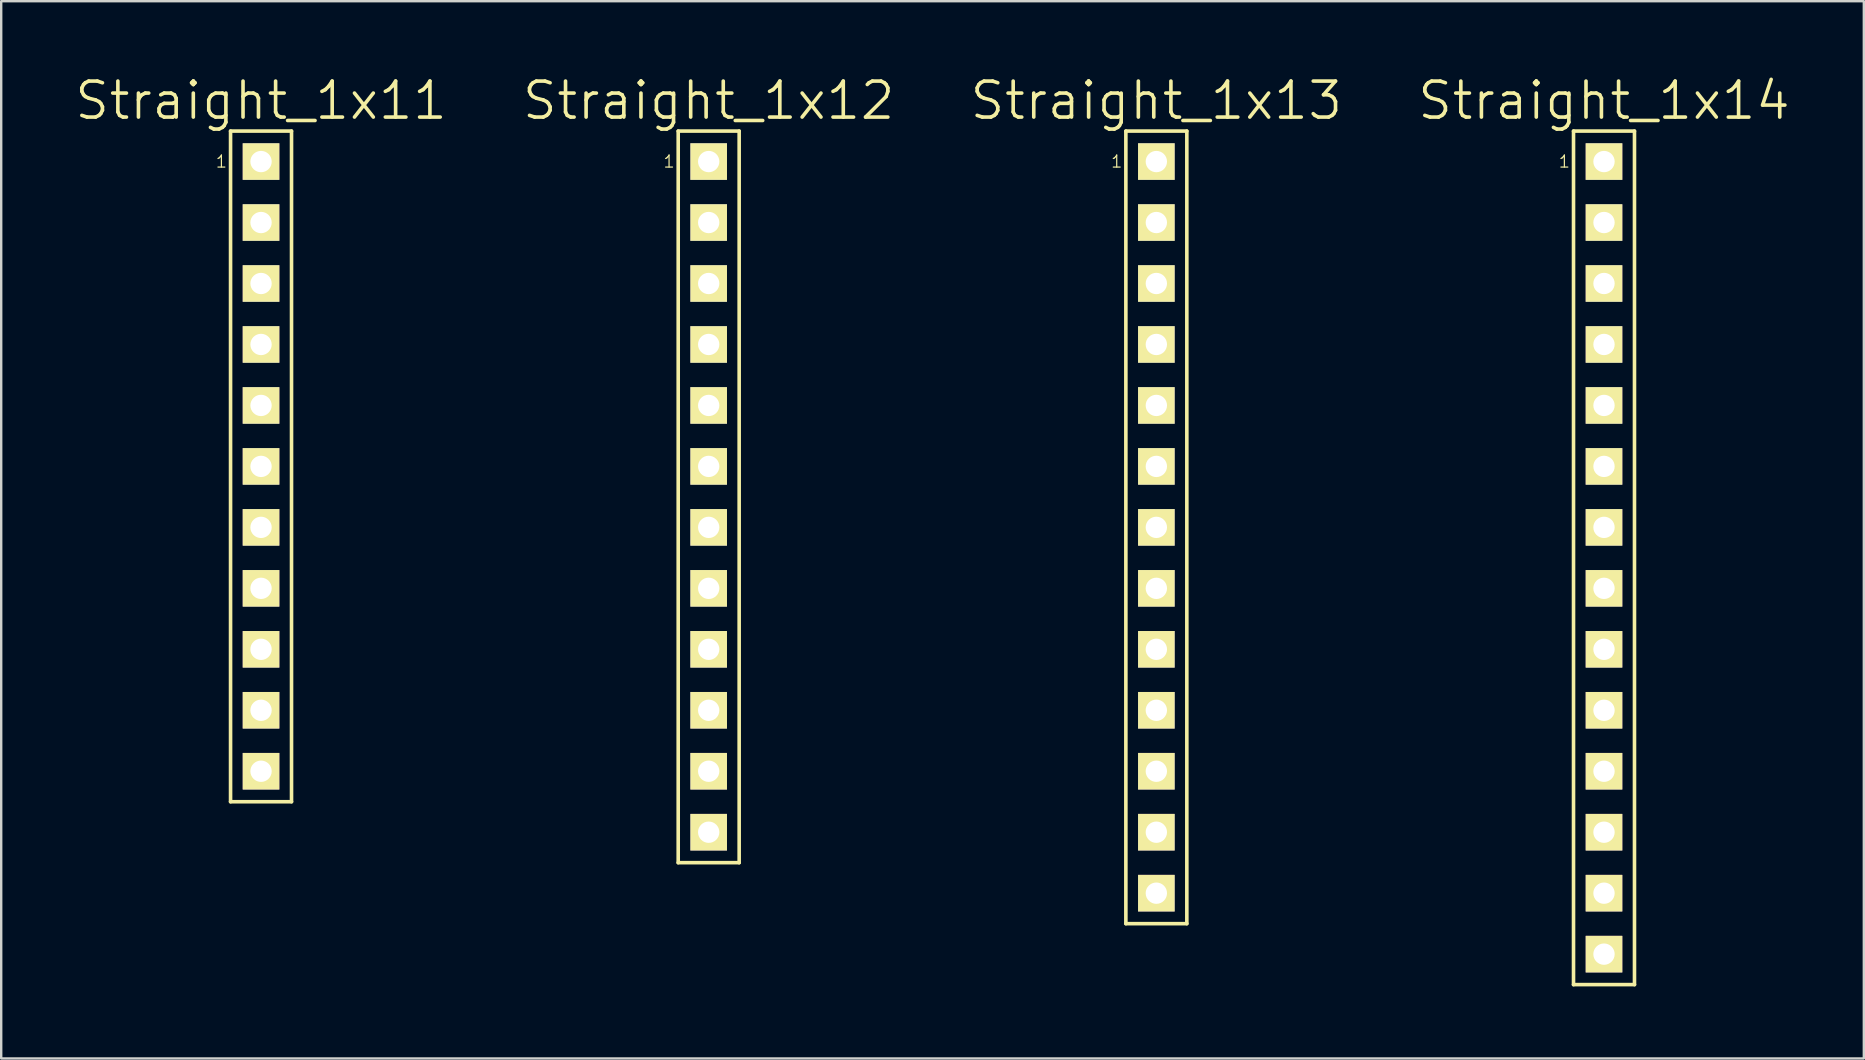
<source format=kicad_pcb>
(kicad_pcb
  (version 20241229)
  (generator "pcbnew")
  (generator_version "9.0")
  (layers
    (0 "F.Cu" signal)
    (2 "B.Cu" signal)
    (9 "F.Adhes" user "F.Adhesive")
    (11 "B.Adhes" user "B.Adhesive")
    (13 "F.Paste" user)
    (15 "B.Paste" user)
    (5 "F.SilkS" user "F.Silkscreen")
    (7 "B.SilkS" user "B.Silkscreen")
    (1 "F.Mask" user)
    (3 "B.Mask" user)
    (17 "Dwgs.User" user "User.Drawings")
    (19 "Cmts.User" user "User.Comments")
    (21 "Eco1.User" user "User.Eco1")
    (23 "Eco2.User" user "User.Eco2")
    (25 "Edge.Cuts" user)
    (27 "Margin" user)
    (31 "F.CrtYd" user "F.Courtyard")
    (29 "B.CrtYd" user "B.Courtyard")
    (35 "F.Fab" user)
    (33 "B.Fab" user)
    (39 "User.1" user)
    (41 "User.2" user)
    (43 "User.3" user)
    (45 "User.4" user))
  (footprint "Straight_1x11"
    (layer "F.Cu")
    (at 7.825 16.381)
    (property "Reference" "Straight_1x11" (at 0 -15.24 0) (layer "F.SilkS") (effects (font (size 1.5 1.5) (thickness 0.15))))
    (attr through_hole)
    (fp_line (start -1.27 -13.97) (end 1.27 -13.97) (stroke (width 0.15) (type solid)) (layer "F.SilkS"))
    (fp_line (start -1.27 13.97) (end -1.27 -13.97) (stroke (width 0.15) (type solid)) (layer "F.SilkS"))
    (fp_line (start 1.27 -13.97) (end 1.27 13.97) (stroke (width 0.15) (type solid)) (layer "F.SilkS"))
    (fp_line (start 1.27 13.97) (end -1.27 13.97) (stroke (width 0.15) (type solid)) (layer "F.SilkS"))
    (fp_text user "1" (at -1.651 -12.7 0) (layer "F.SilkS") (effects (font (size 0.5 0.5) (thickness 0.05))))
    (pad "1" thru_hole rect (at 0 -12.7) (size 1.524 1.524) (drill 0.889) (layers "*.Cu" "*.Mask" "F.SilkS"))
    (pad "2" thru_hole rect (at 0 -10.16) (size 1.524 1.524) (drill 0.889) (layers "*.Cu" "*.Mask" "F.SilkS"))
    (pad "3" thru_hole rect (at 0 -7.62) (size 1.524 1.524) (drill 0.889) (layers "*.Cu" "*.Mask" "F.SilkS"))
    (pad "4" thru_hole rect (at 0 -5.08) (size 1.524 1.524) (drill 0.889) (layers "*.Cu" "*.Mask" "F.SilkS"))
    (pad "5" thru_hole rect (at 0 -2.54) (size 1.524 1.524) (drill 0.889) (layers "*.Cu" "*.Mask" "F.SilkS"))
    (pad "6" thru_hole rect (at 0 0) (size 1.524 1.524) (drill 0.889) (layers "*.Cu" "*.Mask" "F.SilkS"))
    (pad "7" thru_hole rect (at 0 2.54) (size 1.524 1.524) (drill 0.889) (layers "*.Cu" "*.Mask" "F.SilkS"))
    (pad "8" thru_hole rect (at 0 5.08) (size 1.524 1.524) (drill 0.889) (layers "*.Cu" "*.Mask" "F.SilkS"))
    (pad "9" thru_hole rect (at 0 7.62) (size 1.524 1.524) (drill 0.889) (layers "*.Cu" "*.Mask" "F.SilkS"))
    (pad "10" thru_hole rect (at 0 10.16) (size 1.524 1.524) (drill 0.889) (layers "*.Cu" "*.Mask" "F.SilkS"))
    (pad "11" thru_hole rect (at 0 12.7) (size 1.524 1.524) (drill 0.889) (layers "*.Cu" "*.Mask" "F.SilkS")))
  (footprint "Straight_1x14"
    (layer "F.Cu")
    (at 63.775 20.191)
    (property "Reference" "Straight_1x14" (at 0 -19.05 0) (layer "F.SilkS") (effects (font (size 1.5 1.5) (thickness 0.15))))
    (attr through_hole)
    (fp_line (start -1.27 -17.78) (end 1.27 -17.78) (stroke (width 0.15) (type solid)) (layer "F.SilkS"))
    (fp_line (start -1.27 17.78) (end -1.27 -17.78) (stroke (width 0.15) (type solid)) (layer "F.SilkS"))
    (fp_line (start 1.27 -17.78) (end 1.27 17.78) (stroke (width 0.15) (type solid)) (layer "F.SilkS"))
    (fp_line (start 1.27 17.78) (end -1.27 17.78) (stroke (width 0.15) (type solid)) (layer "F.SilkS"))
    (fp_text user "1" (at -1.651 -16.51 0) (layer "F.SilkS") (effects (font (size 0.5 0.5) (thickness 0.05))))
    (pad "1" thru_hole rect (at 0 -16.51) (size 1.524 1.524) (drill 0.889) (layers "*.Cu" "*.Mask" "F.SilkS"))
    (pad "2" thru_hole rect (at 0 -13.97) (size 1.524 1.524) (drill 0.889) (layers "*.Cu" "*.Mask" "F.SilkS"))
    (pad "3" thru_hole rect (at 0 -11.43) (size 1.524 1.524) (drill 0.889) (layers "*.Cu" "*.Mask" "F.SilkS"))
    (pad "4" thru_hole rect (at 0 -8.89) (size 1.524 1.524) (drill 0.889) (layers "*.Cu" "*.Mask" "F.SilkS"))
    (pad "5" thru_hole rect (at 0 -6.35) (size 1.524 1.524) (drill 0.889) (layers "*.Cu" "*.Mask" "F.SilkS"))
    (pad "6" thru_hole rect (at 0 -3.81) (size 1.524 1.524) (drill 0.889) (layers "*.Cu" "*.Mask" "F.SilkS"))
    (pad "7" thru_hole rect (at 0 -1.27) (size 1.524 1.524) (drill 0.889) (layers "*.Cu" "*.Mask" "F.SilkS"))
    (pad "8" thru_hole rect (at 0 1.27) (size 1.524 1.524) (drill 0.889) (layers "*.Cu" "*.Mask" "F.SilkS"))
    (pad "9" thru_hole rect (at 0 3.81) (size 1.524 1.524) (drill 0.889) (layers "*.Cu" "*.Mask" "F.SilkS"))
    (pad "10" thru_hole rect (at 0 6.35) (size 1.524 1.524) (drill 0.889) (layers "*.Cu" "*.Mask" "F.SilkS"))
    (pad "11" thru_hole rect (at 0 8.89) (size 1.524 1.524) (drill 0.889) (layers "*.Cu" "*.Mask" "F.SilkS"))
    (pad "12" thru_hole rect (at 0 11.43) (size 1.524 1.524) (drill 0.889) (layers "*.Cu" "*.Mask" "F.SilkS"))
    (pad "13" thru_hole rect (at 0 13.97) (size 1.524 1.524) (drill 0.889) (layers "*.Cu" "*.Mask" "F.SilkS"))
    (pad "14" thru_hole rect (at 0 16.51) (size 1.524 1.524) (drill 0.889) (layers "*.Cu" "*.Mask" "F.SilkS")))
  (footprint "Straight_1x12"
    (layer "F.Cu")
    (at 26.475 17.651)
    (property "Reference" "Straight_1x12" (at 0 -16.51 0) (layer "F.SilkS") (effects (font (size 1.5 1.5) (thickness 0.15))))
    (attr through_hole)
    (fp_line (start -1.27 -15.24) (end 1.27 -15.24) (stroke (width 0.15) (type solid)) (layer "F.SilkS"))
    (fp_line (start -1.27 15.24) (end -1.27 -15.24) (stroke (width 0.15) (type solid)) (layer "F.SilkS"))
    (fp_line (start 1.27 -15.24) (end 1.27 15.24) (stroke (width 0.15) (type solid)) (layer "F.SilkS"))
    (fp_line (start 1.27 15.24) (end -1.27 15.24) (stroke (width 0.15) (type solid)) (layer "F.SilkS"))
    (fp_text user "1" (at -1.651 -13.97 0) (layer "F.SilkS") (effects (font (size 0.5 0.5) (thickness 0.05))))
    (pad "1" thru_hole rect (at 0 -13.97) (size 1.524 1.524) (drill 0.889) (layers "*.Cu" "*.Mask" "F.SilkS"))
    (pad "2" thru_hole rect (at 0 -11.43) (size 1.524 1.524) (drill 0.889) (layers "*.Cu" "*.Mask" "F.SilkS"))
    (pad "3" thru_hole rect (at 0 -8.89) (size 1.524 1.524) (drill 0.889) (layers "*.Cu" "*.Mask" "F.SilkS"))
    (pad "4" thru_hole rect (at 0 -6.35) (size 1.524 1.524) (drill 0.889) (layers "*.Cu" "*.Mask" "F.SilkS"))
    (pad "5" thru_hole rect (at 0 -3.81) (size 1.524 1.524) (drill 0.889) (layers "*.Cu" "*.Mask" "F.SilkS"))
    (pad "6" thru_hole rect (at 0 -1.27) (size 1.524 1.524) (drill 0.889) (layers "*.Cu" "*.Mask" "F.SilkS"))
    (pad "7" thru_hole rect (at 0 1.27) (size 1.524 1.524) (drill 0.889) (layers "*.Cu" "*.Mask" "F.SilkS"))
    (pad "8" thru_hole rect (at 0 3.81) (size 1.524 1.524) (drill 0.889) (layers "*.Cu" "*.Mask" "F.SilkS"))
    (pad "9" thru_hole rect (at 0 6.35) (size 1.524 1.524) (drill 0.889) (layers "*.Cu" "*.Mask" "F.SilkS"))
    (pad "10" thru_hole rect (at 0 8.89) (size 1.524 1.524) (drill 0.889) (layers "*.Cu" "*.Mask" "F.SilkS"))
    (pad "11" thru_hole rect (at 0 11.43) (size 1.524 1.524) (drill 0.889) (layers "*.Cu" "*.Mask" "F.SilkS"))
    (pad "12" thru_hole rect (at 0 13.97) (size 1.524 1.524) (drill 0.889) (layers "*.Cu" "*.Mask" "F.SilkS")))
  (footprint "Straight_1x13"
    (layer "F.Cu")
    (at 45.125 18.921)
    (property "Reference" "Straight_1x13" (at 0 -17.78 0) (layer "F.SilkS") (effects (font (size 1.5 1.5) (thickness 0.15))))
    (attr through_hole)
    (fp_line (start -1.27 -16.51) (end 1.27 -16.51) (stroke (width 0.15) (type solid)) (layer "F.SilkS"))
    (fp_line (start -1.27 16.51) (end -1.27 -16.51) (stroke (width 0.15) (type solid)) (layer "F.SilkS"))
    (fp_line (start 1.27 -16.51) (end 1.27 16.51) (stroke (width 0.15) (type solid)) (layer "F.SilkS"))
    (fp_line (start 1.27 16.51) (end -1.27 16.51) (stroke (width 0.15) (type solid)) (layer "F.SilkS"))
    (fp_text user "1" (at -1.651 -15.24 0) (layer "F.SilkS") (effects (font (size 0.5 0.5) (thickness 0.05))))
    (pad "1" thru_hole rect (at 0 -15.24) (size 1.524 1.524) (drill 0.889) (layers "*.Cu" "*.Mask" "F.SilkS"))
    (pad "2" thru_hole rect (at 0 -12.7) (size 1.524 1.524) (drill 0.889) (layers "*.Cu" "*.Mask" "F.SilkS"))
    (pad "3" thru_hole rect (at 0 -10.16) (size 1.524 1.524) (drill 0.889) (layers "*.Cu" "*.Mask" "F.SilkS"))
    (pad "4" thru_hole rect (at 0 -7.62) (size 1.524 1.524) (drill 0.889) (layers "*.Cu" "*.Mask" "F.SilkS"))
    (pad "5" thru_hole rect (at 0 -5.08) (size 1.524 1.524) (drill 0.889) (layers "*.Cu" "*.Mask" "F.SilkS"))
    (pad "6" thru_hole rect (at 0 -2.54) (size 1.524 1.524) (drill 0.889) (layers "*.Cu" "*.Mask" "F.SilkS"))
    (pad "7" thru_hole rect (at 0 0) (size 1.524 1.524) (drill 0.889) (layers "*.Cu" "*.Mask" "F.SilkS"))
    (pad "8" thru_hole rect (at 0 2.54) (size 1.524 1.524) (drill 0.889) (layers "*.Cu" "*.Mask" "F.SilkS"))
    (pad "9" thru_hole rect (at 0 5.08) (size 1.524 1.524) (drill 0.889) (layers "*.Cu" "*.Mask" "F.SilkS"))
    (pad "10" thru_hole rect (at 0 7.62) (size 1.524 1.524) (drill 0.889) (layers "*.Cu" "*.Mask" "F.SilkS"))
    (pad "11" thru_hole rect (at 0 10.16) (size 1.524 1.524) (drill 0.889) (layers "*.Cu" "*.Mask" "F.SilkS"))
    (pad "12" thru_hole rect (at 0 12.7) (size 1.524 1.524) (drill 0.889) (layers "*.Cu" "*.Mask" "F.SilkS"))
    (pad "13" thru_hole rect (at 0 15.24) (size 1.524 1.524) (drill 0.889) (layers "*.Cu" "*.Mask" "F.SilkS")))
  (gr_rect
    (start -3 -3)
    (end 74.6 41.046)
    (stroke (width 0.1) (type default))
    (fill no)
    (layer "Edge.Cuts")))
</source>
